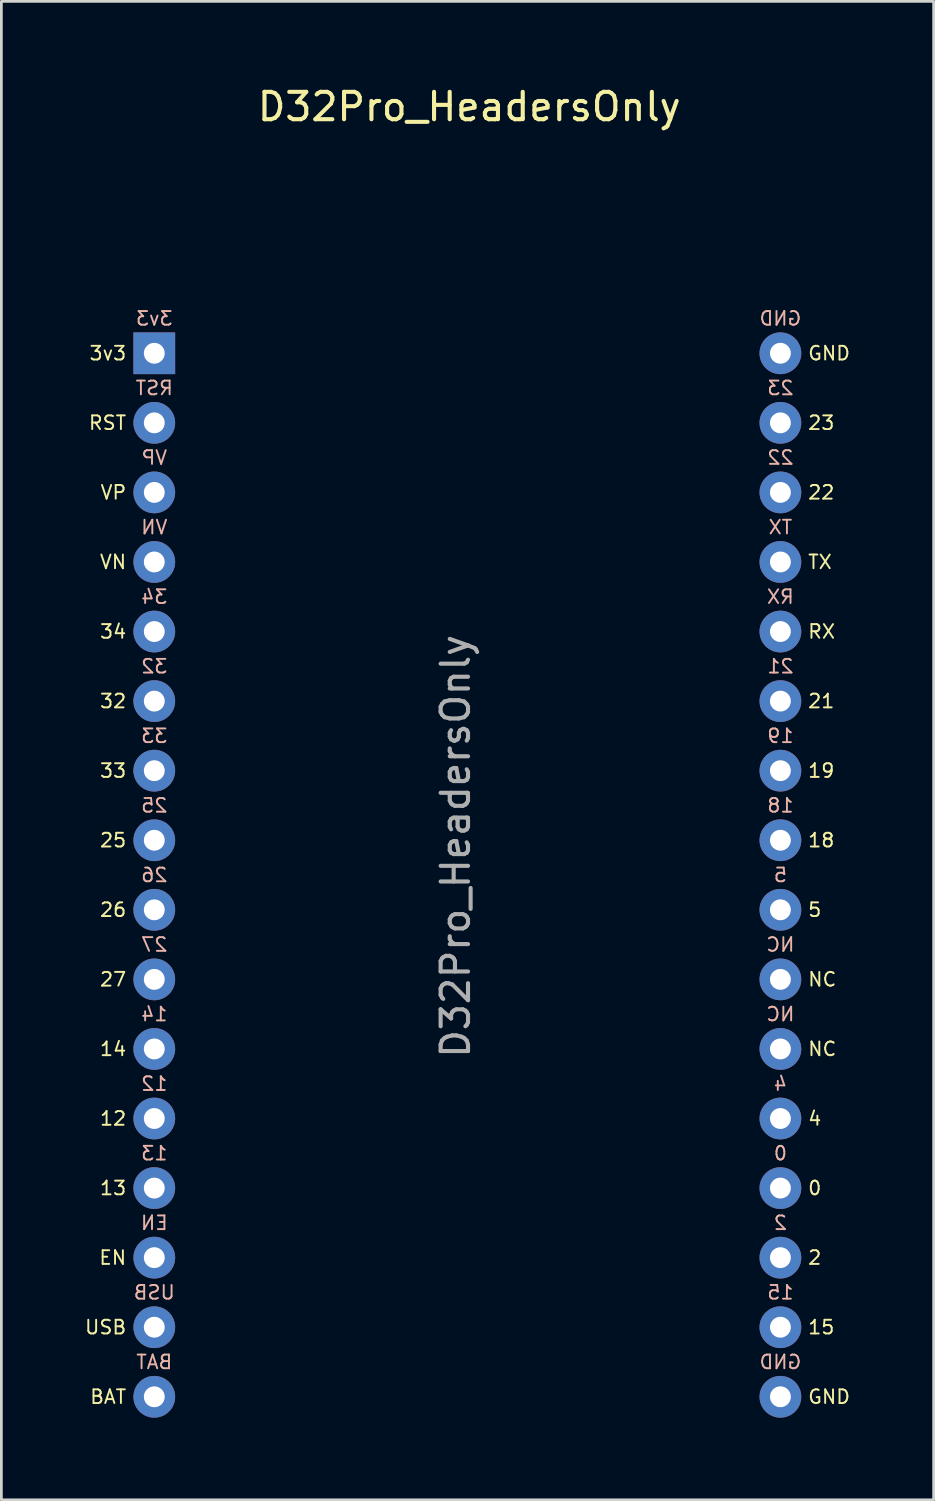
<source format=kicad_pcb>
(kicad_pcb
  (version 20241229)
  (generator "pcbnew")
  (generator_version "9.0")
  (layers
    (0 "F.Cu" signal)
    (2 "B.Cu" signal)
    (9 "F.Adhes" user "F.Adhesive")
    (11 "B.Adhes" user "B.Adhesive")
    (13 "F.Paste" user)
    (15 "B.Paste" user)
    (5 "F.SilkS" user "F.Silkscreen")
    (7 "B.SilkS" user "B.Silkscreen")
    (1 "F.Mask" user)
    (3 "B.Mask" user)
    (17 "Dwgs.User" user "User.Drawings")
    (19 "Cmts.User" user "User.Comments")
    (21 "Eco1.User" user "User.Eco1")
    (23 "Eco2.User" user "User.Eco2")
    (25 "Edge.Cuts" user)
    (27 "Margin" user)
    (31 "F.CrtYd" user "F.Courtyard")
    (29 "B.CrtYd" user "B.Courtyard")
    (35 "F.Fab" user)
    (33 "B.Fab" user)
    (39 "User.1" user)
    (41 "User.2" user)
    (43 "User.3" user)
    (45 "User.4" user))
  (footprint "D32Pro_HeadersOnly"
    (layer "F.Cu")
    (at 2.583 9.848)
    (property "Reference" "D32Pro_HeadersOnly" (at 11.5 -9 0) (layer "F.SilkS") (effects (font (size 1 1) (thickness 0.15))))
    (attr through_hole)
    (fp_text user "VP" (at -1.492 5.08 0) (unlocked yes) (layer "F.SilkS") (effects (font (size 0.5 0.5) (thickness 0.07))))
    (fp_text user "18" (at 24.352 17.78 0) (unlocked yes) (layer "F.SilkS") (effects (font (size 0.5 0.5) (thickness 0.07))))
    (fp_text user "NC" (at 24.388 22.86 0) (unlocked yes) (layer "F.SilkS") (effects (font (size 0.5 0.5) (thickness 0.07))))
    (fp_text user "22" (at 24.352 5.08 0) (unlocked yes) (layer "F.SilkS") (effects (font (size 0.5 0.5) (thickness 0.07))))
    (fp_text user "NC" (at 24.388 25.4 0) (unlocked yes) (layer "F.SilkS") (effects (font (size 0.5 0.5) (thickness 0.07))))
    (fp_text user "14" (at -1.504 25.4 0) (unlocked yes) (layer "F.SilkS") (effects (font (size 0.5 0.5) (thickness 0.07))))
    (fp_text user "5" (at 24.114 20.32 0) (unlocked yes) (layer "F.SilkS") (effects (font (size 0.5 0.5) (thickness 0.07))))
    (fp_text user "VN" (at -1.504 7.62 0) (unlocked yes) (layer "F.SilkS") (effects (font (size 0.5 0.5) (thickness 0.07))))
    (fp_text user "USB" (at -1.778 35.56 0) (unlocked yes) (layer "F.SilkS") (effects (font (size 0.5 0.5) (thickness 0.07))))
    (fp_text user "15" (at 24.352 35.56 0) (unlocked yes) (layer "F.SilkS") (effects (font (size 0.5 0.5) (thickness 0.07))))
    (fp_text user "26" (at -1.504 20.32 0) (unlocked yes) (layer "F.SilkS") (effects (font (size 0.5 0.5) (thickness 0.07))))
    (fp_text user "TX" (at 24.305 7.62 0) (unlocked yes) (layer "F.SilkS") (effects (font (size 0.5 0.5) (thickness 0.07))))
    (fp_text user "34" (at -1.504 10.16 0) (unlocked yes) (layer "F.SilkS") (effects (font (size 0.5 0.5) (thickness 0.07))))
    (fp_text user "4" (at 24.114 27.94 0) (unlocked yes) (layer "F.SilkS") (effects (font (size 0.5 0.5) (thickness 0.07))))
    (fp_text user "25" (at -1.504 17.78 0) (unlocked yes) (layer "F.SilkS") (effects (font (size 0.5 0.5) (thickness 0.07))))
    (fp_text user "23" (at 24.352 2.54 0) (unlocked yes) (layer "F.SilkS") (effects (font (size 0.5 0.5) (thickness 0.07))))
    (fp_text user "RST" (at -1.707 2.54 0) (unlocked yes) (layer "F.SilkS") (effects (font (size 0.5 0.5) (thickness 0.07))))
    (fp_text user "32" (at -1.504 12.7 0) (unlocked yes) (layer "F.SilkS") (effects (font (size 0.5 0.5) (thickness 0.07))))
    (fp_text user "GND" (at 24.638 0 0) (unlocked yes) (layer "F.SilkS") (effects (font (size 0.5 0.5) (thickness 0.07))))
    (fp_text user "13" (at -1.504 30.48 0) (unlocked yes) (layer "F.SilkS") (effects (font (size 0.5 0.5) (thickness 0.07))))
    (fp_text user "2" (at 24.114 33.02 0) (unlocked yes) (layer "F.SilkS") (effects (font (size 0.5 0.5) (thickness 0.07))))
    (fp_text user "21" (at 24.352 12.7 0) (unlocked yes) (layer "F.SilkS") (effects (font (size 0.5 0.5) (thickness 0.07))))
    (fp_text user "RX" (at 24.364 10.16 0) (unlocked yes) (layer "F.SilkS") (effects (font (size 0.5 0.5) (thickness 0.07))))
    (fp_text user "3v3" (at -1.695 0 0) (unlocked yes) (layer "F.SilkS") (effects (font (size 0.5 0.5) (thickness 0.07))))
    (fp_text user "12" (at -1.504 27.94 0) (unlocked yes) (layer "F.SilkS") (effects (font (size 0.5 0.5) (thickness 0.07))))
    (fp_text user "33" (at -1.504 15.24 0) (unlocked yes) (layer "F.SilkS") (effects (font (size 0.5 0.5) (thickness 0.07))))
    (fp_text user "0" (at 24.114 30.48 0) (unlocked yes) (layer "F.SilkS") (effects (font (size 0.5 0.5) (thickness 0.07))))
    (fp_text user "27" (at -1.504 22.86 0) (unlocked yes) (layer "F.SilkS") (effects (font (size 0.5 0.5) (thickness 0.07))))
    (fp_text user "GND" (at 24.638 38.1 0) (unlocked yes) (layer "F.SilkS") (effects (font (size 0.5 0.5) (thickness 0.07))))
    (fp_text user "19" (at 24.352 15.24 0) (unlocked yes) (layer "F.SilkS") (effects (font (size 0.5 0.5) (thickness 0.07))))
    (fp_text user "EN" (at -1.516 33.02 0) (unlocked yes) (layer "F.SilkS") (effects (font (size 0.5 0.5) (thickness 0.07))))
    (fp_text user "BAT" (at -1.683 38.1 0) (unlocked yes) (layer "F.SilkS") (effects (font (size 0.5 0.5) (thickness 0.07))))
    (fp_text user "BAT" (at 0 36.83 0) (unlocked yes) (layer "B.SilkS") (effects (font (size 0.5 0.5) (thickness 0.07)) (justify mirror)))
    (fp_text user "GND" (at 22.86 36.83 0) (unlocked yes) (layer "B.SilkS") (effects (font (size 0.5 0.5) (thickness 0.07)) (justify mirror)))
    (fp_text user "23" (at 22.86 1.27 0) (unlocked yes) (layer "B.SilkS") (effects (font (size 0.5 0.5) (thickness 0.07)) (justify mirror)))
    (fp_text user "3v3" (at 0 -1.27 0) (unlocked yes) (layer "B.SilkS") (effects (font (size 0.5 0.5) (thickness 0.07)) (justify mirror)))
    (fp_text user "NC" (at 22.86 21.59 0) (unlocked yes) (layer "B.SilkS") (effects (font (size 0.5 0.5) (thickness 0.07)) (justify mirror)))
    (fp_text user "RX" (at 22.86 8.89 0) (unlocked yes) (layer "B.SilkS") (effects (font (size 0.5 0.5) (thickness 0.07)) (justify mirror)))
    (fp_text user "EN" (at 0 31.75 0) (unlocked yes) (layer "B.SilkS") (effects (font (size 0.5 0.5) (thickness 0.07)) (justify mirror)))
    (fp_text user "VP" (at 0 3.81 0) (unlocked yes) (layer "B.SilkS") (effects (font (size 0.5 0.5) (thickness 0.07)) (justify mirror)))
    (fp_text user "4" (at 22.86 26.67 0) (unlocked yes) (layer "B.SilkS") (effects (font (size 0.5 0.5) (thickness 0.07)) (justify mirror)))
    (fp_text user "5" (at 22.86 19.05 0) (unlocked yes) (layer "B.SilkS") (effects (font (size 0.5 0.5) (thickness 0.07)) (justify mirror)))
    (fp_text user "VN" (at 0 6.35 0) (unlocked yes) (layer "B.SilkS") (effects (font (size 0.5 0.5) (thickness 0.07)) (justify mirror)))
    (fp_text user "0" (at 22.86 29.21 0) (unlocked yes) (layer "B.SilkS") (effects (font (size 0.5 0.5) (thickness 0.07)) (justify mirror)))
    (fp_text user "33" (at 0 13.97 0) (unlocked yes) (layer "B.SilkS") (effects (font (size 0.5 0.5) (thickness 0.07)) (justify mirror)))
    (fp_text user "19" (at 22.86 13.97 0) (unlocked yes) (layer "B.SilkS") (effects (font (size 0.5 0.5) (thickness 0.07)) (justify mirror)))
    (fp_text user "NC" (at 22.86 24.13 0) (unlocked yes) (layer "B.SilkS") (effects (font (size 0.5 0.5) (thickness 0.07)) (justify mirror)))
    (fp_text user "RST" (at 0 1.27 0) (unlocked yes) (layer "B.SilkS") (effects (font (size 0.5 0.5) (thickness 0.07)) (justify mirror)))
    (fp_text user "TX" (at 22.86 6.35 0) (unlocked yes) (layer "B.SilkS") (effects (font (size 0.5 0.5) (thickness 0.07)) (justify mirror)))
    (fp_text user "26" (at 0 19.05 0) (unlocked yes) (layer "B.SilkS") (effects (font (size 0.5 0.5) (thickness 0.07)) (justify mirror)))
    (fp_text user "25" (at 0 16.51 0) (unlocked yes) (layer "B.SilkS") (effects (font (size 0.5 0.5) (thickness 0.07)) (justify mirror)))
    (fp_text user "2" (at 22.86 31.75 0) (unlocked yes) (layer "B.SilkS") (effects (font (size 0.5 0.5) (thickness 0.07)) (justify mirror)))
    (fp_text user "15" (at 22.86 34.29 0) (unlocked yes) (layer "B.SilkS") (effects (font (size 0.5 0.5) (thickness 0.07)) (justify mirror)))
    (fp_text user "21" (at 22.86 11.43 0) (unlocked yes) (layer "B.SilkS") (effects (font (size 0.5 0.5) (thickness 0.07)) (justify mirror)))
    (fp_text user "27" (at 0 21.59 0) (unlocked yes) (layer "B.SilkS") (effects (font (size 0.5 0.5) (thickness 0.07)) (justify mirror)))
    (fp_text user "32" (at 0 11.43 0) (unlocked yes) (layer "B.SilkS") (effects (font (size 0.5 0.5) (thickness 0.07)) (justify mirror)))
    (fp_text user "12" (at 0 26.67 0) (unlocked yes) (layer "B.SilkS") (effects (font (size 0.5 0.5) (thickness 0.07)) (justify mirror)))
    (fp_text user "GND" (at 22.86 -1.27 0) (unlocked yes) (layer "B.SilkS") (effects (font (size 0.5 0.5) (thickness 0.07)) (justify mirror)))
    (fp_text user "34" (at 0 8.89 0) (unlocked yes) (layer "B.SilkS") (effects (font (size 0.5 0.5) (thickness 0.07)) (justify mirror)))
    (fp_text user "18" (at 22.86 16.51 0) (unlocked yes) (layer "B.SilkS") (effects (font (size 0.5 0.5) (thickness 0.07)) (justify mirror)))
    (fp_text user "USB" (at 0 34.29 0) (unlocked yes) (layer "B.SilkS") (effects (font (size 0.5 0.5) (thickness 0.07)) (justify mirror)))
    (fp_text user "22" (at 22.86 3.81 0) (unlocked yes) (layer "B.SilkS") (effects (font (size 0.5 0.5) (thickness 0.07)) (justify mirror)))
    (fp_text user "13" (at 0 29.21 0) (unlocked yes) (layer "B.SilkS") (effects (font (size 0.5 0.5) (thickness 0.07)) (justify mirror)))
    (fp_text user "14" (at 0 24.13 0) (unlocked yes) (layer "B.SilkS") (effects (font (size 0.5 0.5) (thickness 0.07)) (justify mirror)))
    (fp_text user "${REFERENCE}" (at 11 18 90) (layer "F.Fab") (effects (font (size 1 1) (thickness 0.15))))
    (pad "1" thru_hole rect (at 0 0) (size 1.524 1.524) (drill 0.762) (layers "*.Cu" "*.Mask"))
    (pad "2" thru_hole circle (at 0 2.54) (size 1.524 1.524) (drill 0.762) (layers "*.Cu" "*.Mask"))
    (pad "3" thru_hole circle (at 0 5.08) (size 1.524 1.524) (drill 0.762) (layers "*.Cu" "*.Mask"))
    (pad "4" thru_hole circle (at 0 7.62) (size 1.524 1.524) (drill 0.762) (layers "*.Cu" "*.Mask"))
    (pad "5" thru_hole circle (at 0 10.16) (size 1.524 1.524) (drill 0.762) (layers "*.Cu" "*.Mask"))
    (pad "6" thru_hole circle (at 0 12.7) (size 1.524 1.524) (drill 0.762) (layers "*.Cu" "*.Mask"))
    (pad "7" thru_hole circle (at 0 15.24) (size 1.524 1.524) (drill 0.762) (layers "*.Cu" "*.Mask"))
    (pad "8" thru_hole circle (at 0 17.78) (size 1.524 1.524) (drill 0.762) (layers "*.Cu" "*.Mask"))
    (pad "9" thru_hole circle (at 0 20.32) (size 1.524 1.524) (drill 0.762) (layers "*.Cu" "*.Mask"))
    (pad "10" thru_hole circle (at 0 22.86) (size 1.524 1.524) (drill 0.762) (layers "*.Cu" "*.Mask"))
    (pad "11" thru_hole circle (at 0 25.4) (size 1.524 1.524) (drill 0.762) (layers "*.Cu" "*.Mask"))
    (pad "12" thru_hole circle (at 0 27.94) (size 1.524 1.524) (drill 0.762) (layers "*.Cu" "*.Mask"))
    (pad "13" thru_hole circle (at 0 30.48) (size 1.524 1.524) (drill 0.762) (layers "*.Cu" "*.Mask"))
    (pad "14" thru_hole circle (at 0 33.02) (size 1.524 1.524) (drill 0.762) (layers "*.Cu" "*.Mask"))
    (pad "15" thru_hole circle (at 0 35.56) (size 1.524 1.524) (drill 0.762) (layers "*.Cu" "*.Mask"))
    (pad "16" thru_hole circle (at 0 38.1) (size 1.524 1.524) (drill 0.762) (layers "*.Cu" "*.Mask"))
    (pad "17" thru_hole circle (at 22.86 38.1) (size 1.524 1.524) (drill 0.762) (layers "*.Cu" "*.Mask"))
    (pad "18" thru_hole circle (at 22.86 35.56) (size 1.524 1.524) (drill 0.762) (layers "*.Cu" "*.Mask"))
    (pad "19" thru_hole circle (at 22.86 33.02) (size 1.524 1.524) (drill 0.762) (layers "*.Cu" "*.Mask"))
    (pad "20" thru_hole circle (at 22.86 30.48) (size 1.524 1.524) (drill 0.762) (layers "*.Cu" "*.Mask"))
    (pad "21" thru_hole circle (at 22.86 27.94) (size 1.524 1.524) (drill 0.762) (layers "*.Cu" "*.Mask"))
    (pad "22" thru_hole circle (at 22.86 25.4) (size 1.524 1.524) (drill 0.762) (layers "*.Cu" "*.Mask"))
    (pad "23" thru_hole circle (at 22.86 22.86) (size 1.524 1.524) (drill 0.762) (layers "*.Cu" "*.Mask"))
    (pad "24" thru_hole circle (at 22.86 20.32) (size 1.524 1.524) (drill 0.762) (layers "*.Cu" "*.Mask"))
    (pad "25" thru_hole circle (at 22.86 17.78) (size 1.524 1.524) (drill 0.762) (layers "*.Cu" "*.Mask"))
    (pad "26" thru_hole circle (at 22.86 15.24) (size 1.524 1.524) (drill 0.762) (layers "*.Cu" "*.Mask"))
    (pad "27" thru_hole circle (at 22.86 12.7) (size 1.524 1.524) (drill 0.762) (layers "*.Cu" "*.Mask"))
    (pad "28" thru_hole circle (at 22.86 10.16) (size 1.524 1.524) (drill 0.762) (layers "*.Cu" "*.Mask"))
    (pad "29" thru_hole circle (at 22.86 7.62) (size 1.524 1.524) (drill 0.762) (layers "*.Cu" "*.Mask"))
    (pad "30" thru_hole circle (at 22.86 5.08) (size 1.524 1.524) (drill 0.762) (layers "*.Cu" "*.Mask"))
    (pad "31" thru_hole circle (at 22.86 2.54) (size 1.524 1.524) (drill 0.762) (layers "*.Cu" "*.Mask"))
    (pad "32" thru_hole circle (at 22.86 0) (size 1.524 1.524) (drill 0.762) (layers "*.Cu" "*.Mask")))
  (gr_rect
    (start -3 -3)
    (end 31.038 51.71)
    (stroke (width 0.1) (type default))
    (fill no)
    (layer "Edge.Cuts")))
</source>
